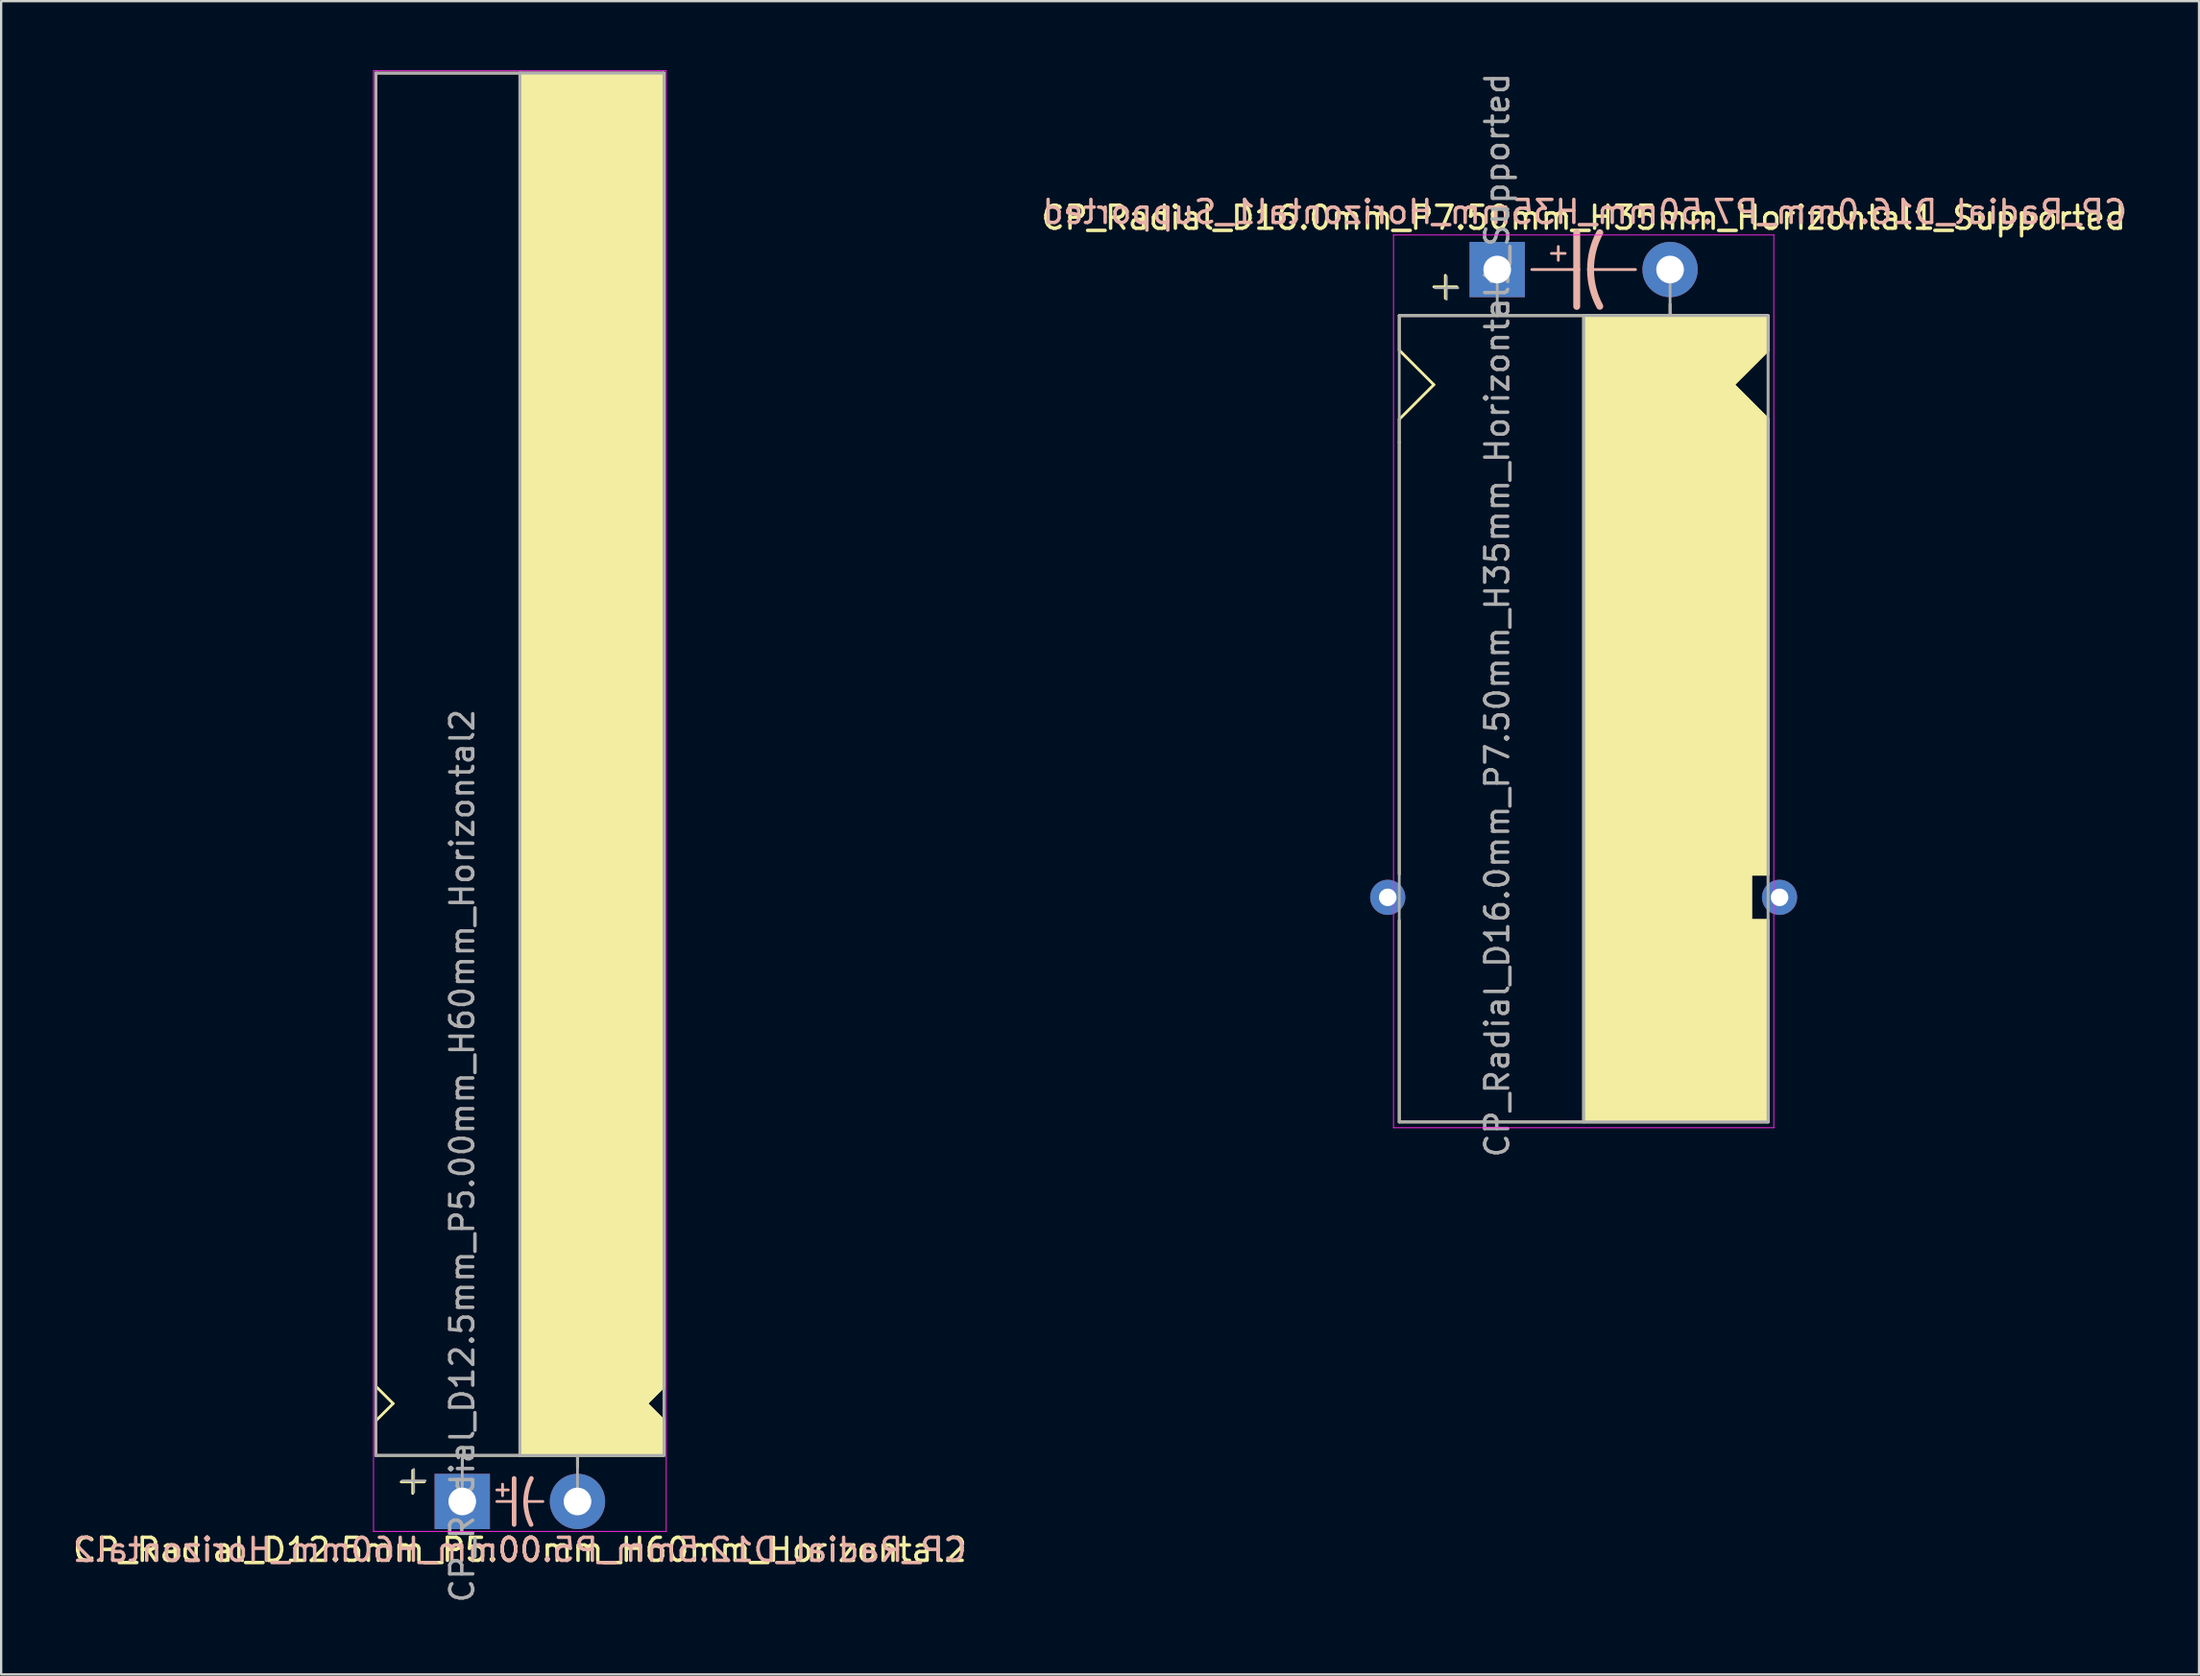
<source format=kicad_pcb>
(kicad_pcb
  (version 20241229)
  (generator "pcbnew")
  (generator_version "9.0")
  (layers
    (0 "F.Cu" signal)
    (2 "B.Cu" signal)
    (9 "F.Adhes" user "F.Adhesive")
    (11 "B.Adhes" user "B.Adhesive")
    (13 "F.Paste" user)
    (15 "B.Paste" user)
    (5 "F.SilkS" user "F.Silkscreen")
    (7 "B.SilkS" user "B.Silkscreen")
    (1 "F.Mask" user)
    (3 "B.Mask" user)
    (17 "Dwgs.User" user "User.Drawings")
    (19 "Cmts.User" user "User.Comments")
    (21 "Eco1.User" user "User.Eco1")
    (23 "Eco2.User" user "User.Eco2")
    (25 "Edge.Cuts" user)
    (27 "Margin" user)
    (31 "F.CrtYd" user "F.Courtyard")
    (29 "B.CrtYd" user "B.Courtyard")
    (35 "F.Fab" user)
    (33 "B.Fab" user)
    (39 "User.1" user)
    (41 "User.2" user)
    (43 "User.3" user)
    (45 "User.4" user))
  (footprint "CP_Radial_D16.0mm_P7.50mm_H35mm_Horizontal1_Supported"
    (layer "F.Cu")
    (at 61.911 8.649)
    (property "Reference" "CP_Radial_D16.0mm_P7.50mm_H35mm_Horizontal1_Supported" (at 3.75 -2.25 0) (layer "F.SilkS") (effects (font (size 1 1) (thickness 0.15))))
    (fp_line (start -4.25 2) (end -4.25 3.5) (stroke (width 0.12) (type solid)) (layer "F.SilkS"))
    (fp_line (start -4.25 3.5) (end -2.75 5) (stroke (width 0.12) (type solid)) (layer "F.SilkS"))
    (fp_line (start -4.25 6.5) (end -4.25 7.5) (stroke (width 0.12) (type solid)) (layer "F.SilkS"))
    (fp_line (start -4.25 7.5) (end -4.25 26.25) (stroke (width 0.12) (type solid)) (layer "F.SilkS"))
    (fp_line (start -4.25 28.25) (end -4.25 37) (stroke (width 0.12) (type solid)) (layer "F.SilkS"))
    (fp_line (start -2.75 5) (end -4.25 6.5) (stroke (width 0.12) (type solid)) (layer "F.SilkS"))
    (fp_line (start -2.25 0.25) (end -2.25 1.25) (stroke (width 0.12) (type solid)) (layer "F.SilkS"))
    (fp_line (start -1.75 0.75) (end -2.75 0.75) (stroke (width 0.12) (type solid)) (layer "F.SilkS"))
    (fp_line (start 0 1.5) (end 0 2) (stroke (width 0.12) (type solid)) (layer "F.SilkS"))
    (fp_line (start 3.75 2) (end -4.25 2) (stroke (width 0.12) (type solid)) (layer "F.SilkS"))
    (fp_line (start 3.75 2) (end 3.75 37) (stroke (width 0.12) (type solid)) (layer "F.SilkS"))
    (fp_line (start 3.75 2) (end 11.75 2) (stroke (width 0.12) (type solid)) (layer "F.SilkS"))
    (fp_line (start 7.5 1.5) (end 7.5 2) (stroke (width 0.12) (type solid)) (layer "F.SilkS"))
    (fp_line (start 10.25 5) (end 11.75 6.5) (stroke (width 0.12) (type solid)) (layer "F.SilkS"))
    (fp_line (start 11 26.25) (end 11.75 26.25) (stroke (width 0.12) (type solid)) (layer "F.SilkS"))
    (fp_line (start 11 28.25) (end 11 26.25) (stroke (width 0.12) (type solid)) (layer "F.SilkS"))
    (fp_line (start 11.75 2) (end 11.75 3.5) (stroke (width 0.12) (type solid)) (layer "F.SilkS"))
    (fp_line (start 11.75 3.5) (end 10.25 5) (stroke (width 0.12) (type solid)) (layer "F.SilkS"))
    (fp_line (start 11.75 26.25) (end 11.75 6.5) (stroke (width 0.12) (type solid)) (layer "F.SilkS"))
    (fp_line (start 11.75 28.25) (end 11 28.25) (stroke (width 0.12) (type solid)) (layer "F.SilkS"))
    (fp_line (start 11.75 37) (end -4.25 37) (stroke (width 0.12) (type solid)) (layer "F.SilkS"))
    (fp_line (start 11.75 37) (end 11.75 28.25) (stroke (width 0.12) (type solid)) (layer "F.SilkS"))
    (fp_poly (pts (xy 11.75 3.5) (xy 10.25 5) (xy 11.75 6.5) (xy 11.75 26.25) (xy 11 26.25) (xy 11 28.25) (xy 11.75 28.25) (xy 11.75 37) (xy 3.75 37) (xy 3.75 2) (xy 11.75 2)) (stroke (width 0.1) (type solid)) (fill yes) (layer "F.SilkS"))
    (fp_line (start 1.5 0) (end 3.45 0) (stroke (width 0.12) (type solid)) (layer "B.SilkS"))
    (fp_line (start 2.35 -0.7) (end 2.95 -0.7) (stroke (width 0.12) (type solid)) (layer "B.SilkS"))
    (fp_line (start 2.65 -0.4) (end 2.65 -1) (stroke (width 0.12) (type solid)) (layer "B.SilkS"))
    (fp_line (start 3.45 0) (end 3.45 -1.6) (stroke (width 0.3) (type solid)) (layer "B.SilkS"))
    (fp_line (start 3.45 0) (end 3.45 1.6) (stroke (width 0.3) (type solid)) (layer "B.SilkS"))
    (fp_line (start 6 0) (end 4.05 0) (stroke (width 0.12) (type solid)) (layer "B.SilkS"))
    (fp_arc (start 4.05 0) (mid 4.150512 -0.824872) (end 4.45 -1.6) (stroke (width 0.3) (type solid)) (layer "B.SilkS"))
    (fp_arc (start 4.45 1.596157) (mid 4.151652 0.822725) (end 4.05 0) (stroke (width 0.3) (type solid)) (layer "B.SilkS"))
    (fp_line (start -4.5 -1.5) (end 12 -1.5) (stroke (width 0.04) (type solid)) (layer "F.CrtYd"))
    (fp_line (start -4.5 37.25) (end -4.5 -1.5) (stroke (width 0.04) (type solid)) (layer "F.CrtYd"))
    (fp_line (start 12 -1.5) (end 12 37.25) (stroke (width 0.04) (type solid)) (layer "F.CrtYd"))
    (fp_line (start 12 37.25) (end -4.5 37.25) (stroke (width 0.04) (type solid)) (layer "F.CrtYd"))
    (fp_line (start -4.25 2) (end -4.25 37) (stroke (width 0.12) (type solid)) (layer "F.Fab"))
    (fp_line (start -4.25 37) (end 11.75 37) (stroke (width 0.12) (type solid)) (layer "F.Fab"))
    (fp_line (start -2.7 0.8) (end -1.7 0.8) (stroke (width 0.1) (type solid)) (layer "F.Fab"))
    (fp_line (start -2.2 1.3) (end -2.2 0.3) (stroke (width 0.1) (type solid)) (layer "F.Fab"))
    (fp_line (start 0 0) (end 0 2) (stroke (width 0.12) (type solid)) (layer "F.Fab"))
    (fp_line (start 0 2) (end -4.25 2) (stroke (width 0.12) (type solid)) (layer "F.Fab"))
    (fp_line (start 3.75 2) (end 3.75 37) (stroke (width 0.12) (type solid)) (layer "F.Fab"))
    (fp_line (start 7.5 0) (end 7.5 2) (stroke (width 0.12) (type solid)) (layer "F.Fab"))
    (fp_line (start 11.75 2) (end 0 2) (stroke (width 0.12) (type solid)) (layer "F.Fab"))
    (fp_line (start 11.75 37) (end 11.75 2) (stroke (width 0.12) (type solid)) (layer "F.Fab"))
    (fp_poly (pts (xy 11.75 37) (xy 3.75 37) (xy 3.75 2) (xy 11.75 2)) (stroke (width 0.1) (type solid)) (fill no) (layer "F.Fab"))
    (fp_text user "${REFERENCE}" (at 3.8 -2.5 0) (layer "B.SilkS") (effects (font (size 1 1) (thickness 0.15)) (justify mirror)))
    (fp_text user "${REFERENCE}" (at 0 15 90) (layer "F.Fab") (effects (font (size 1 1) (thickness 0.15))))
    (pad "1" thru_hole rect (at 0 0) (size 2.4 2.4) (drill 1.2) (layers "*.Cu" "*.Mask"))
    (pad "2" thru_hole circle (at 7.5 0) (size 2.4 2.4) (drill 1.2) (layers "*.Cu" "*.Mask"))
    (pad "~" thru_hole circle (at -4.75 27.25) (size 1.524 1.524) (drill 0.762) (layers "*.Cu" "*.Mask"))
    (pad "~" thru_hole circle (at 12.25 27.25) (size 1.524 1.524) (drill 0.762) (layers "*.Cu" "*.Mask")))
  (footprint "CP_Radial_D12.5mm_P5.00mm_H60mm_Horizontal2"
    (layer "F.Cu")
    (at 17.006 62.12)
    (property "Reference" "CP_Radial_D12.5mm_P5.00mm_H60mm_Horizontal2" (at 2.5 2.1 180) (layer "F.SilkS") (effects (font (size 1 1) (thickness 0.15))))
    (fp_line (start -3.75 -5) (end -3.75 -62) (stroke (width 0.12) (type solid)) (layer "F.SilkS"))
    (fp_line (start -3.75 -3.5) (end -3 -4.25) (stroke (width 0.12) (type solid)) (layer "F.SilkS"))
    (fp_line (start -3.75 -2) (end -3.75 -3.5) (stroke (width 0.12) (type solid)) (layer "F.SilkS"))
    (fp_line (start -3 -4.25) (end -3.75 -5) (stroke (width 0.12) (type solid)) (layer "F.SilkS"))
    (fp_line (start -2.15 -1.35) (end -2.15 -0.35) (stroke (width 0.12) (type solid)) (layer "F.SilkS"))
    (fp_line (start -1.65 -0.85) (end -2.65 -0.85) (stroke (width 0.12) (type solid)) (layer "F.SilkS"))
    (fp_line (start 0 -1.5) (end 0 -2) (stroke (width 0.12) (type solid)) (layer "F.SilkS"))
    (fp_line (start 2.5 -2) (end -3.75 -2) (stroke (width 0.12) (type solid)) (layer "F.SilkS"))
    (fp_line (start 2.5 -2) (end 2.5 -62) (stroke (width 0.12) (type solid)) (layer "F.SilkS"))
    (fp_line (start 2.5 -2) (end 8.75 -2) (stroke (width 0.12) (type solid)) (layer "F.SilkS"))
    (fp_line (start 5 -1.5) (end 5 -2) (stroke (width 0.12) (type solid)) (layer "F.SilkS"))
    (fp_line (start 8 -4.25) (end 8.75 -5) (stroke (width 0.12) (type solid)) (layer "F.SilkS"))
    (fp_line (start 8.75 -62) (end -3.75 -62) (stroke (width 0.12) (type solid)) (layer "F.SilkS"))
    (fp_line (start 8.75 -5) (end 8.75 -62) (stroke (width 0.12) (type solid)) (layer "F.SilkS"))
    (fp_line (start 8.75 -3.5) (end 8 -4.25) (stroke (width 0.12) (type solid)) (layer "F.SilkS"))
    (fp_line (start 8.75 -2) (end 8.75 -3.5) (stroke (width 0.12) (type solid)) (layer "F.SilkS"))
    (fp_poly (pts (xy 8.75 -3.5) (xy 8 -4.25) (xy 8.75 -5) (xy 8.75 -62) (xy 2.5 -62) (xy 2.5 -2) (xy 8.75 -2)) (stroke (width 0.1) (type solid)) (fill yes) (layer "F.SilkS"))
    (fp_line (start 1.5 -0.5) (end 2 -0.5) (stroke (width 0.12) (type solid)) (layer "B.SilkS"))
    (fp_line (start 1.5 0) (end 2.25 0) (stroke (width 0.12) (type solid)) (layer "B.SilkS"))
    (fp_line (start 1.75 -0.75) (end 1.75 -0.25) (stroke (width 0.12) (type solid)) (layer "B.SilkS"))
    (fp_line (start 2.25 1) (end 2.25 -1) (stroke (width 0.2) (type solid)) (layer "B.SilkS"))
    (fp_line (start 3.5 0) (end 2.75 0) (stroke (width 0.12) (type solid)) (layer "B.SilkS"))
    (fp_arc (start 2.75 0) (mid 2.816707 -0.514573) (end 3 -1) (stroke (width 0.2) (type solid)) (layer "B.SilkS"))
    (fp_arc (start 2.987539 1) (mid 2.810247 0.513901) (end 2.75 0) (stroke (width 0.2) (type solid)) (layer "B.SilkS"))
    (fp_line (start -3.85 -62.1) (end -3.85 1.3) (stroke (width 0.04) (type solid)) (layer "F.CrtYd"))
    (fp_line (start 8.85 -62.1) (end -3.85 -62.1) (stroke (width 0.04) (type solid)) (layer "F.CrtYd"))
    (fp_line (start 8.85 1.3) (end -3.85 1.3) (stroke (width 0.04) (type solid)) (layer "F.CrtYd"))
    (fp_line (start 8.85 1.3) (end 8.85 -62.1) (stroke (width 0.04) (type solid)) (layer "F.CrtYd"))
    (fp_line (start -3.75 -62) (end 8.75 -62) (stroke (width 0.12) (type solid)) (layer "F.Fab"))
    (fp_line (start -3.75 -2) (end -3.75 -62) (stroke (width 0.12) (type solid)) (layer "F.Fab"))
    (fp_line (start -2.6 -0.9) (end -1.6 -0.9) (stroke (width 0.1) (type solid)) (layer "F.Fab"))
    (fp_line (start -2.1 -0.4) (end -2.1 -1.4) (stroke (width 0.1) (type solid)) (layer "F.Fab"))
    (fp_line (start 0 -2) (end -3.75 -2) (stroke (width 0.12) (type solid)) (layer "F.Fab"))
    (fp_line (start 0 0) (end 0 -2) (stroke (width 0.12) (type solid)) (layer "F.Fab"))
    (fp_line (start 2.5 -2) (end 2.5 -62) (stroke (width 0.12) (type solid)) (layer "F.Fab"))
    (fp_line (start 5 -2) (end 5 0) (stroke (width 0.12) (type solid)) (layer "F.Fab"))
    (fp_line (start 8.75 -62) (end 8.75 -2) (stroke (width 0.12) (type solid)) (layer "F.Fab"))
    (fp_line (start 8.75 -2) (end 0 -2) (stroke (width 0.12) (type solid)) (layer "F.Fab"))
    (fp_poly (pts (xy 8.75 -62) (xy 2.5 -62) (xy 2.5 -2) (xy 8.75 -2)) (stroke (width 0.1) (type solid)) (fill no) (layer "F.Fab"))
    (fp_text user "${REFERENCE}" (at 2.5 2.1 0) (layer "B.SilkS") (effects (font (size 1 1) (thickness 0.15)) (justify mirror)))
    (fp_text user "${REFERENCE}" (at 0 -15 90) (layer "F.Fab") (effects (font (size 1 1) (thickness 0.15))))
    (pad "1" thru_hole rect (at 0 0) (size 2.4 2.4) (drill 1.2) (layers "*.Cu" "*.Mask"))
    (pad "2" thru_hole circle (at 5 0) (size 2.4 2.4) (drill 1.2) (layers "*.Cu" "*.Mask")))
  (gr_rect
    (start -3 -3)
    (end 92.36 69.626)
    (stroke (width 0.1) (type default))
    (fill no)
    (layer "Edge.Cuts")))
</source>
